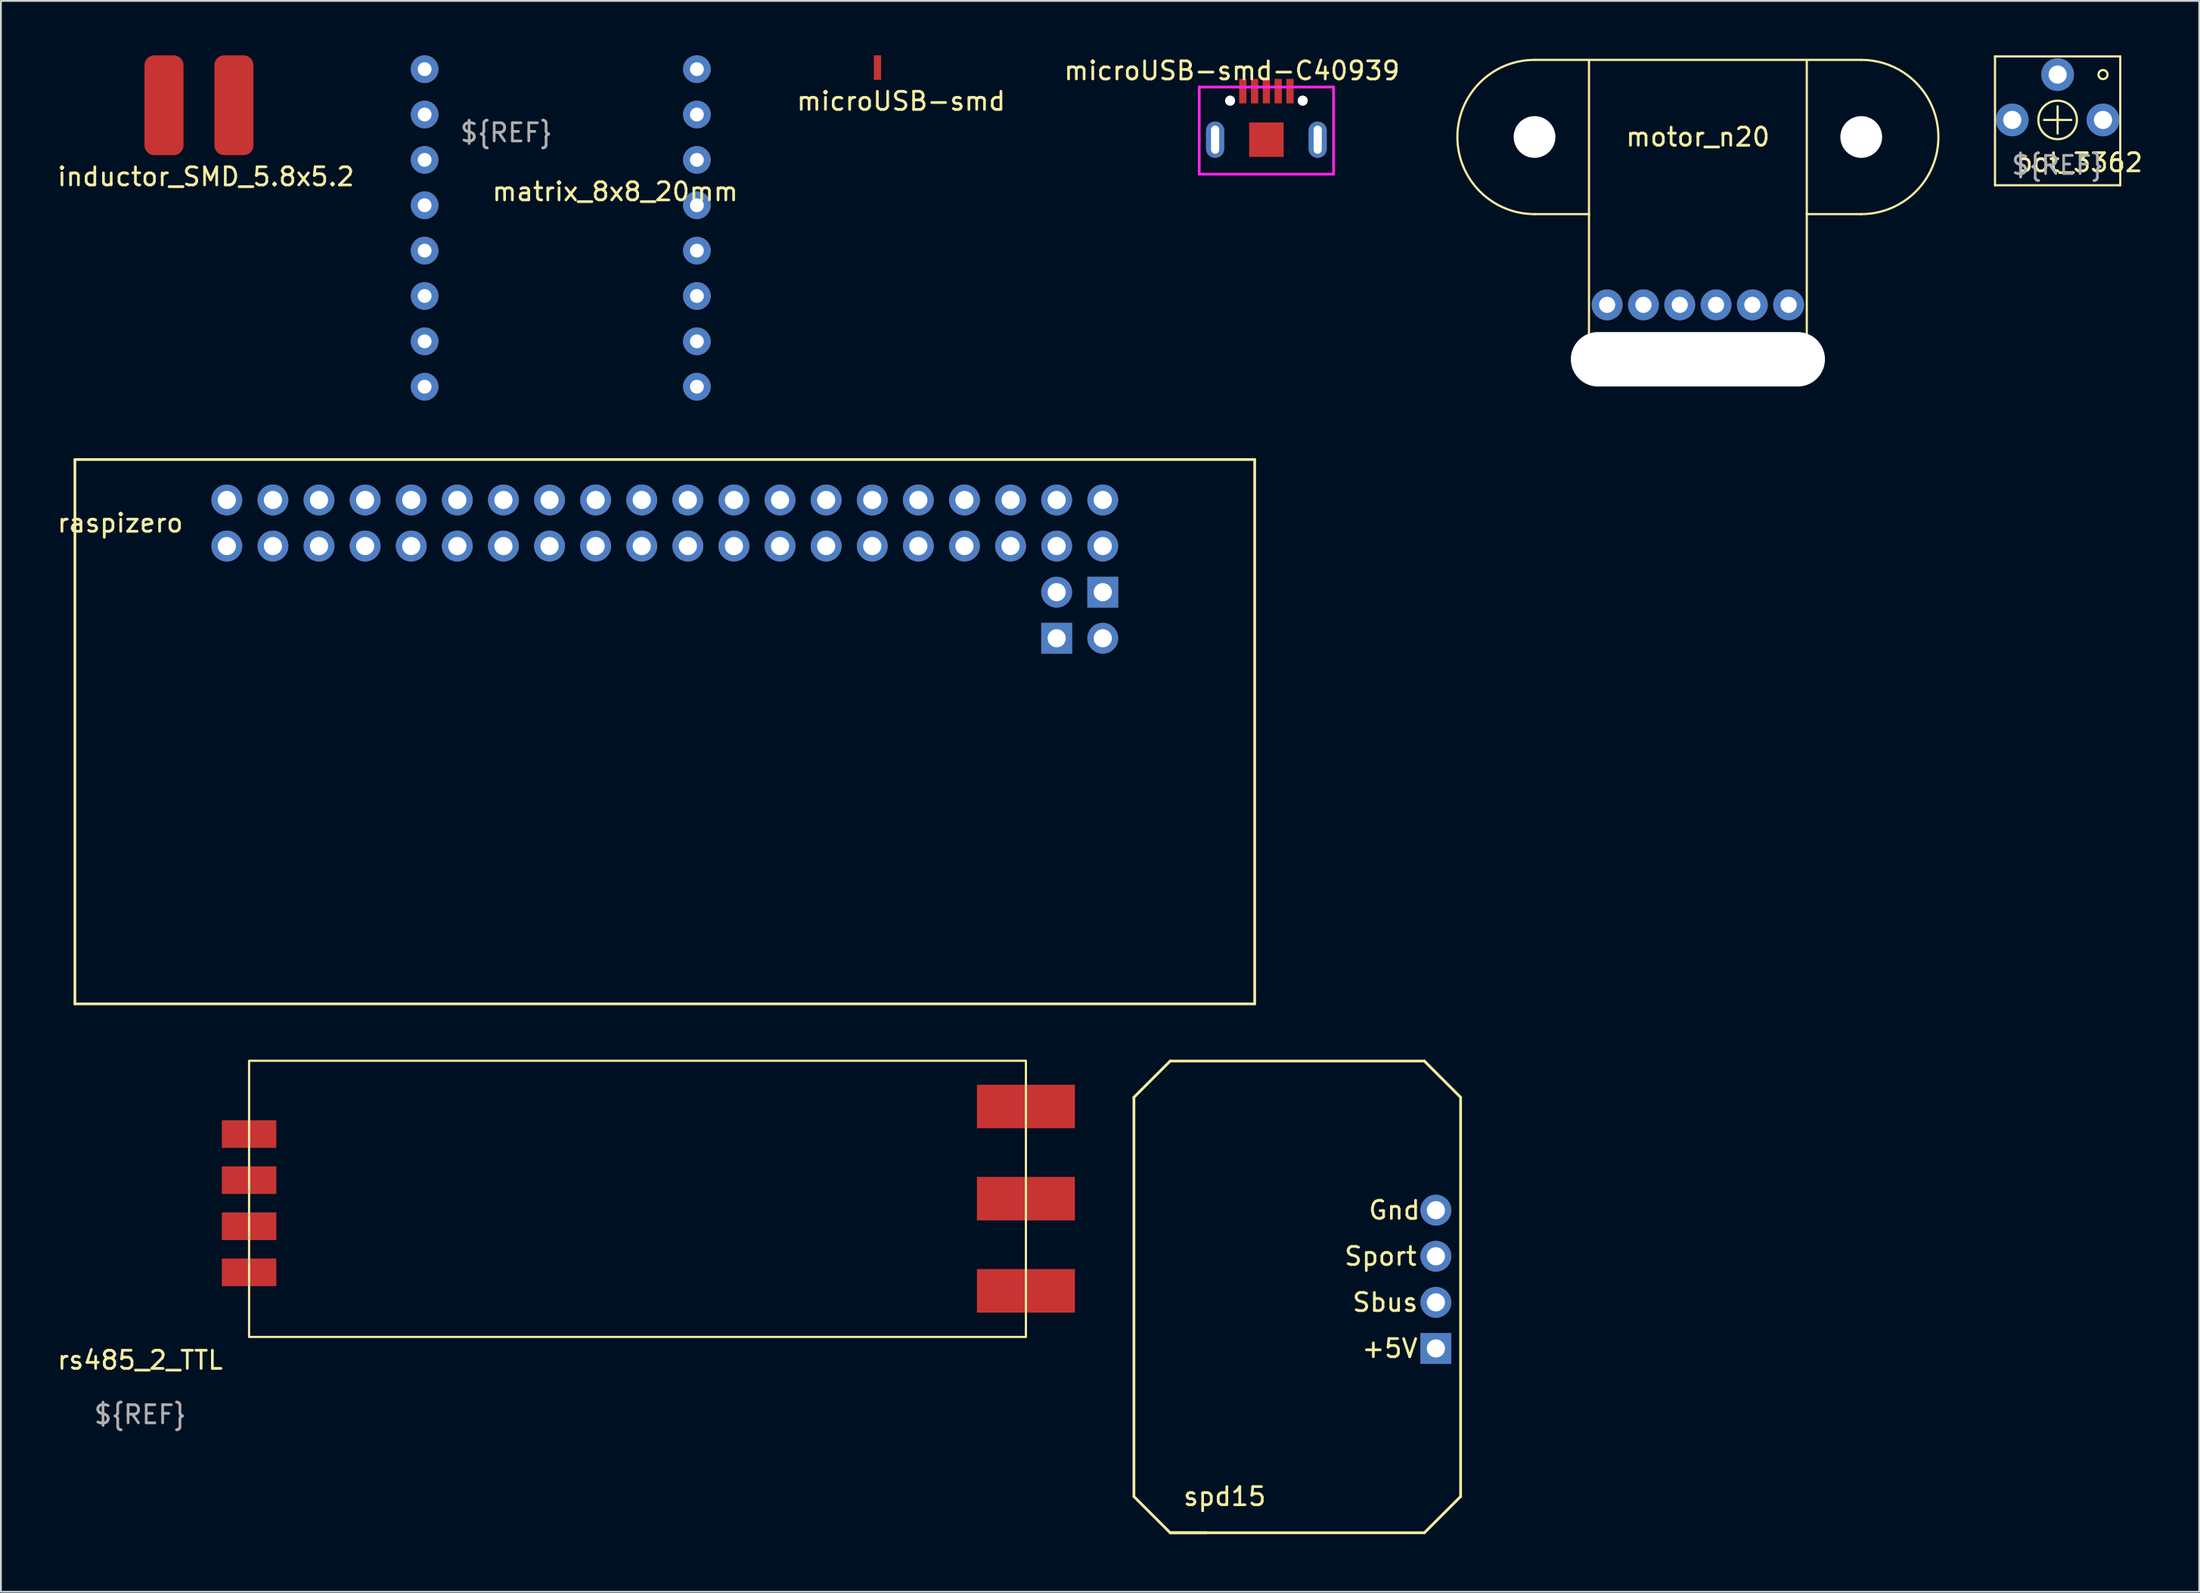
<source format=kicad_pcb>
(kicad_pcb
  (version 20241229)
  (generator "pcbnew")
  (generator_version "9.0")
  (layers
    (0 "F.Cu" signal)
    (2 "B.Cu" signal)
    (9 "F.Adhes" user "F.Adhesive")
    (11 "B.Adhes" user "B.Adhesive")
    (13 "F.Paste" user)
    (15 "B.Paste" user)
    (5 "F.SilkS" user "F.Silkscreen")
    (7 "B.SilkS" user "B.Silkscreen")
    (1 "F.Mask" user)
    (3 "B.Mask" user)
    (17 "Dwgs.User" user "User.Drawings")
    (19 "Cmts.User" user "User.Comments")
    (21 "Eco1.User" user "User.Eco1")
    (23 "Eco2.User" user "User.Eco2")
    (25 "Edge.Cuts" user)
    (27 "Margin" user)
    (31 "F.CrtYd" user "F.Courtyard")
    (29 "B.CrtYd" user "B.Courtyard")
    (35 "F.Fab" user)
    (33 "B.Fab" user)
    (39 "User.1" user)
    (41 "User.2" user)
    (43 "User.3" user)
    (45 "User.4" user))
  (footprint "motor_n20"
    (layer "F.Cu")
    (at 90.495 0.25)
    (property "Reference" "motor_n20" (at 0 4.25 0) (layer "F.SilkS") (effects (font (size 1 1) (thickness 0.15))))
    (attr through_hole)
    (fp_line (start -9 0) (end 9 0) (stroke (width 0.12) (type solid)) (layer "F.SilkS"))
    (fp_line (start -9 8.5) (end -6 8.5) (stroke (width 0.12) (type solid)) (layer "F.SilkS"))
    (fp_line (start -6 8.5) (end -6 0) (stroke (width 0.12) (type solid)) (layer "F.SilkS"))
    (fp_line (start -6 8.5) (end -6 17.75) (stroke (width 0.12) (type solid)) (layer "F.SilkS"))
    (fp_line (start 6 8.5) (end 6 0) (stroke (width 0.12) (type solid)) (layer "F.SilkS"))
    (fp_line (start 6 8.5) (end 6 17.75) (stroke (width 0.12) (type solid)) (layer "F.SilkS"))
    (fp_line (start 6 8.5) (end 9 8.5) (stroke (width 0.12) (type solid)) (layer "F.SilkS"))
    (fp_line (start 6 17.75) (end -6 17.75) (stroke (width 0.12) (type solid)) (layer "F.SilkS"))
    (fp_arc (start -9 8.5) (mid -13.25 4.25) (end -9 0) (stroke (width 0.12) (type solid)) (layer "F.SilkS"))
    (fp_arc (start 9 0) (mid 13.25 4.25) (end 9 8.5) (stroke (width 0.12) (type solid)) (layer "F.SilkS"))
    (pad "" np_thru_hole circle (at -9 4.25) (size 2.3 2.3) (drill 2.3) (layers "*.Cu" "*.Mask"))
    (pad "" np_thru_hole oval (at 0 16.5) (size 14 3) (drill oval 14 3) (layers "*.Cu" "*.Mask"))
    (pad "" np_thru_hole circle (at 9 4.25) (size 2.3 2.3) (drill 2.3) (layers "*.Cu" "*.Mask"))
    (pad "1" thru_hole circle (at -5 13.5) (size 1.7 1.7) (drill 0.89) (layers "*.Cu" "*.Mask"))
    (pad "2" thru_hole circle (at -3 13.5) (size 1.7 1.7) (drill 0.89) (layers "*.Cu" "*.Mask"))
    (pad "3" thru_hole circle (at -1 13.5) (size 1.7 1.7) (drill 0.89) (layers "*.Cu" "*.Mask"))
    (pad "4" thru_hole circle (at 1 13.5) (size 1.7 1.7) (drill 0.89) (layers "*.Cu" "*.Mask"))
    (pad "5" thru_hole circle (at 3 13.5) (size 1.7 1.7) (drill 0.89) (layers "*.Cu" "*.Mask"))
    (pad "6" thru_hole circle (at 5 13.5) (size 1.7 1.7) (drill 0.89) (layers "*.Cu" "*.Mask")))
  (footprint "microUSB-smd"
    (layer "F.Cu")
    (at 46.595 2.025)
    (property "Reference" "microUSB-smd" (at 0 0.5 0) (layer "F.SilkS") (effects (font (size 1 1) (thickness 0.15))))
    (attr through_hole)
    (pad "1" smd rect (at -1.3 -1.35) (size 0.4 1.35) (layers "F.Cu" "F.Mask" "F.Paste")))
  (footprint "spd15"
    (layer "F.Cu")
    (at 59.423 81.424)
    (property "Reference" "spd15" (at 5 -2 0) (layer "F.SilkS") (effects (font (size 1 1) (thickness 0.15))))
    (attr through_hole)
    (fp_line (start 0 -24) (end 0 -2) (stroke (width 0.15) (type solid)) (layer "F.SilkS"))
    (fp_line (start 0 -24) (end 2 -26) (stroke (width 0.15) (type solid)) (layer "F.SilkS"))
    (fp_line (start 2 0) (end 0 -2) (stroke (width 0.15) (type solid)) (layer "F.SilkS"))
    (fp_line (start 2 0) (end 16 0) (stroke (width 0.15) (type solid)) (layer "F.SilkS"))
    (fp_line (start 4 0) (end 2 0) (stroke (width 0.15) (type solid)) (layer "F.SilkS"))
    (fp_line (start 16 -26) (end 2 -26) (stroke (width 0.15) (type solid)) (layer "F.SilkS"))
    (fp_line (start 16 -26) (end 18 -24) (stroke (width 0.15) (type solid)) (layer "F.SilkS"))
    (fp_line (start 18 -2) (end 16 0) (stroke (width 0.15) (type solid)) (layer "F.SilkS"))
    (fp_line (start 18 -2) (end 18 -24) (stroke (width 0.15) (type solid)) (layer "F.SilkS"))
    (fp_text user "Sport" (at 13.589 -15.24 0) (layer "F.SilkS") (effects (font (size 1 1) (thickness 0.15))))
    (fp_text user "+5V" (at 14.097 -10.16 0) (layer "F.SilkS") (effects (font (size 1 1) (thickness 0.15))))
    (fp_text user "Sbus" (at 13.843 -12.7 0) (layer "F.SilkS") (effects (font (size 1 1) (thickness 0.15))))
    (fp_text user "Gnd" (at 14.351 -17.78 0) (layer "F.SilkS") (effects (font (size 1 1) (thickness 0.15))))
    (pad "1" thru_hole circle (at 16.637 -17.78) (size 1.7 1.7) (drill 1) (layers "*.Cu" "*.Mask"))
    (pad "2" thru_hole circle (at 16.637 -15.24) (size 1.7 1.7) (drill 1) (layers "*.Cu" "*.Mask"))
    (pad "3" thru_hole circle (at 16.637 -12.7) (size 1.7 1.7) (drill 1) (layers "*.Cu" "*.Mask"))
    (pad "4" thru_hole rect (at 16.637 -10.16) (size 1.7 1.7) (drill 1) (layers "*.Cu" "*.Mask")))
  (footprint "inductor_SMD_5.8x5.2"
    (layer "F.Cu")
    (at 7.911 2.75)
    (property "Reference" "inductor_SMD_5.8x5.2" (at 0.381 3.937 0) (layer "F.SilkS") (effects (font (size 1 1) (thickness 0.15))))
    (attr through_hole)
    (pad "1" smd roundrect (at -1.925 0) (size 2.15 5.5) (layers "F.Cu" "F.Mask" "F.Paste") (roundrect_rratio 0.25))
    (pad "2" smd roundrect (at 1.925 0) (size 2.15 5.5) (layers "F.Cu" "F.Mask" "F.Paste") (roundrect_rratio 0.25)))
  (footprint "raspizero"
    (layer "F.Cu")
    (at 1.077 22.274)
    (property "Reference" "raspizero" (at 2.5 3.5 0) (layer "F.SilkS") (effects (font (size 1 1) (thickness 0.15))))
    (attr through_hole)
    (fp_line (start 0 0) (end 65 0) (stroke (width 0.15) (type solid)) (layer "F.SilkS"))
    (fp_line (start 0 30) (end 0 0) (stroke (width 0.15) (type solid)) (layer "F.SilkS"))
    (fp_line (start 65 0) (end 65 30) (stroke (width 0.15) (type solid)) (layer "F.SilkS"))
    (fp_line (start 65 30) (end 0 30) (stroke (width 0.15) (type solid)) (layer "F.SilkS"))
    (pad "1" thru_hole circle (at 8.37 4.77) (size 1.7 1.7) (drill 1) (layers "*.Cu" "*.Mask"))
    (pad "2" thru_hole circle (at 8.37 2.23) (size 1.7 1.7) (drill 1) (layers "*.Cu" "*.Mask"))
    (pad "3" thru_hole circle (at 10.91 4.77) (size 1.7 1.7) (drill 1) (layers "*.Cu" "*.Mask"))
    (pad "4" thru_hole circle (at 10.91 2.23) (size 1.7 1.7) (drill 1) (layers "*.Cu" "*.Mask"))
    (pad "5" thru_hole circle (at 13.45 4.77) (size 1.7 1.7) (drill 1) (layers "*.Cu" "*.Mask"))
    (pad "6" thru_hole circle (at 13.45 2.23) (size 1.7 1.7) (drill 1) (layers "*.Cu" "*.Mask"))
    (pad "7" thru_hole circle (at 15.99 4.77) (size 1.7 1.7) (drill 1) (layers "*.Cu" "*.Mask"))
    (pad "8" thru_hole circle (at 15.99 2.23) (size 1.7 1.7) (drill 1) (layers "*.Cu" "*.Mask"))
    (pad "9" thru_hole circle (at 18.53 4.77) (size 1.7 1.7) (drill 1) (layers "*.Cu" "*.Mask"))
    (pad "10" thru_hole circle (at 18.53 2.23) (size 1.7 1.7) (drill 1) (layers "*.Cu" "*.Mask"))
    (pad "11" thru_hole circle (at 21.07 4.77) (size 1.7 1.7) (drill 1) (layers "*.Cu" "*.Mask"))
    (pad "12" thru_hole circle (at 21.07 2.23) (size 1.7 1.7) (drill 1) (layers "*.Cu" "*.Mask"))
    (pad "13" thru_hole circle (at 23.61 4.77) (size 1.7 1.7) (drill 1) (layers "*.Cu" "*.Mask"))
    (pad "14" thru_hole circle (at 23.61 2.23) (size 1.7 1.7) (drill 1) (layers "*.Cu" "*.Mask"))
    (pad "15" thru_hole circle (at 26.15 4.77) (size 1.7 1.7) (drill 1) (layers "*.Cu" "*.Mask"))
    (pad "16" thru_hole circle (at 26.15 2.23) (size 1.7 1.7) (drill 1) (layers "*.Cu" "*.Mask"))
    (pad "17" thru_hole circle (at 28.69 4.77) (size 1.7 1.7) (drill 1) (layers "*.Cu" "*.Mask"))
    (pad "18" thru_hole circle (at 28.69 2.23) (size 1.7 1.7) (drill 1) (layers "*.Cu" "*.Mask"))
    (pad "19" thru_hole circle (at 31.23 4.77) (size 1.7 1.7) (drill 1) (layers "*.Cu" "*.Mask"))
    (pad "20" thru_hole circle (at 31.23 2.23) (size 1.7 1.7) (drill 1) (layers "*.Cu" "*.Mask"))
    (pad "21" thru_hole circle (at 33.77 4.77) (size 1.7 1.7) (drill 1) (layers "*.Cu" "*.Mask"))
    (pad "22" thru_hole circle (at 33.77 2.23) (size 1.7 1.7) (drill 1) (layers "*.Cu" "*.Mask"))
    (pad "23" thru_hole circle (at 36.31 4.77) (size 1.7 1.7) (drill 1) (layers "*.Cu" "*.Mask"))
    (pad "24" thru_hole circle (at 36.31 2.23) (size 1.7 1.7) (drill 1) (layers "*.Cu" "*.Mask"))
    (pad "25" thru_hole circle (at 38.85 4.77) (size 1.7 1.7) (drill 1) (layers "*.Cu" "*.Mask"))
    (pad "26" thru_hole circle (at 38.85 2.23) (size 1.7 1.7) (drill 1) (layers "*.Cu" "*.Mask"))
    (pad "27" thru_hole circle (at 41.39 4.77) (size 1.7 1.7) (drill 1) (layers "*.Cu" "*.Mask"))
    (pad "28" thru_hole circle (at 41.39 2.23) (size 1.7 1.7) (drill 1) (layers "*.Cu" "*.Mask"))
    (pad "29" thru_hole circle (at 43.93 4.77) (size 1.7 1.7) (drill 1) (layers "*.Cu" "*.Mask"))
    (pad "30" thru_hole circle (at 43.93 2.23) (size 1.7 1.7) (drill 1) (layers "*.Cu" "*.Mask"))
    (pad "31" thru_hole circle (at 46.47 4.77) (size 1.7 1.7) (drill 1) (layers "*.Cu" "*.Mask"))
    (pad "32" thru_hole circle (at 46.47 2.23) (size 1.7 1.7) (drill 1) (layers "*.Cu" "*.Mask"))
    (pad "33" thru_hole circle (at 49.01 4.77) (size 1.7 1.7) (drill 1) (layers "*.Cu" "*.Mask"))
    (pad "34" thru_hole circle (at 49.01 2.23) (size 1.7 1.7) (drill 1) (layers "*.Cu" "*.Mask"))
    (pad "35" thru_hole circle (at 51.55 4.77) (size 1.7 1.7) (drill 1) (layers "*.Cu" "*.Mask"))
    (pad "36" thru_hole circle (at 51.55 2.23) (size 1.7 1.7) (drill 1) (layers "*.Cu" "*.Mask"))
    (pad "37" thru_hole circle (at 54.09 4.77) (size 1.7 1.7) (drill 1) (layers "*.Cu" "*.Mask"))
    (pad "38" thru_hole circle (at 54.09 2.23) (size 1.7 1.7) (drill 1) (layers "*.Cu" "*.Mask"))
    (pad "39" thru_hole circle (at 56.63 4.77) (size 1.7 1.7) (drill 1) (layers "*.Cu" "*.Mask"))
    (pad "40" thru_hole circle (at 56.63 2.23) (size 1.7 1.7) (drill 1) (layers "*.Cu" "*.Mask"))
    (pad "41" thru_hole circle (at 54.09 7.31) (size 1.7 1.7) (drill 1) (layers "*.Cu" "*.Mask"))
    (pad "42" thru_hole rect (at 56.63 7.31) (size 1.7 1.7) (drill 1) (layers "*.Cu" "*.Mask"))
    (pad "43" thru_hole rect (at 54.09 9.85) (size 1.7 1.7) (drill 1) (layers "*.Cu" "*.Mask"))
    (pad "44" thru_hole circle (at 56.63 9.85) (size 1.7 1.7) (drill 1) (layers "*.Cu" "*.Mask")))
  (footprint "microUSB-smd-C40939"
    (layer "F.Cu")
    (at 66.722 4.648)
    (property "Reference" "microUSB-smd-C40939" (at -1.9 -3.8 0) (layer "F.SilkS") (effects (font (size 1 1) (thickness 0.15))))
    (attr through_hole)
    (fp_line (start -3.7 -2.9) (end 3.7 -2.9) (stroke (width 0.15) (type solid)) (layer "F.CrtYd"))
    (fp_line (start -3.7 0) (end -3.7 -2.9) (stroke (width 0.15) (type solid)) (layer "F.CrtYd"))
    (fp_line (start -3.7 1.9) (end -3.7 0) (stroke (width 0.15) (type solid)) (layer "F.CrtYd"))
    (fp_line (start 3.7 -2.9) (end 3.7 1.9) (stroke (width 0.15) (type solid)) (layer "F.CrtYd"))
    (fp_line (start 3.7 1.9) (end -3.7 1.9) (stroke (width 0.15) (type solid)) (layer "F.CrtYd"))
    (pad "" thru_hole circle (at -2 -2.15) (size 0.55 0.55) (drill 0.55) (layers "*.Cu" "*.Mask"))
    (pad "" thru_hole circle (at 2 -2.15) (size 0.55 0.55) (drill 0.55) (layers "*.Cu" "*.Mask"))
    (pad "1" smd rect (at -1.3 -2.675) (size 0.4 1.35) (layers "F.Cu" "F.Mask" "F.Paste"))
    (pad "2" smd rect (at -0.65 -2.675) (size 0.4 1.35) (layers "F.Cu" "F.Mask" "F.Paste"))
    (pad "3" smd rect (at 0 -2.675) (size 0.4 1.35) (layers "F.Cu" "F.Mask" "F.Paste"))
    (pad "4" smd rect (at 0.65 -2.675) (size 0.4 1.35) (layers "F.Cu" "F.Mask" "F.Paste"))
    (pad "5" smd rect (at 1.3 -2.675) (size 0.4 1.35) (layers "F.Cu" "F.Mask" "F.Paste"))
    (pad "6" thru_hole oval (at -2.825 0) (size 1 2) (drill oval 0.45 1.55) (layers "*.Cu" "*.Mask"))
    (pad "6" smd rect (at 0 0) (size 1.9 1.9) (layers "F.Cu" "F.Mask" "F.Paste"))
    (pad "6" thru_hole oval (at 2.825 0) (size 1 2) (drill oval 0.45 1.55) (layers "*.Cu" "*.Mask")))
  (footprint "matrix_8x8_20mm"
    (layer "F.Cu")
    (at 27.845 9.512)
    (property "Reference" "matrix_8x8_20mm" (at 3 -2 0) (unlocked yes) (layer "F.SilkS") (effects (font (size 1 1) (thickness 0.15))))
    (attr through_hole)
    (fp_text user "${REF}" (at -3 -5.25 0) (unlocked yes) (layer "F.Fab") (effects (font (size 1 1) (thickness 0.15))))
    (pad "1" thru_hole circle (at -7.5 -8.75) (size 1.524 1.524) (drill 0.762) (layers "*.Cu" "*.Mask"))
    (pad "2" thru_hole circle (at 7.5 -8.75) (size 1.524 1.524) (drill 0.762) (layers "*.Cu" "*.Mask"))
    (pad "3" thru_hole circle (at -7.5 -6.25) (size 1.524 1.524) (drill 0.762) (layers "*.Cu" "*.Mask"))
    (pad "4" thru_hole circle (at 7.5 -6.25) (size 1.524 1.524) (drill 0.762) (layers "*.Cu" "*.Mask"))
    (pad "5" thru_hole circle (at -7.5 -3.75) (size 1.524 1.524) (drill 0.762) (layers "*.Cu" "*.Mask"))
    (pad "6" thru_hole circle (at 7.5 -3.75) (size 1.524 1.524) (drill 0.762) (layers "*.Cu" "*.Mask"))
    (pad "7" thru_hole circle (at -7.5 -1.25) (size 1.524 1.524) (drill 0.762) (layers "*.Cu" "*.Mask"))
    (pad "8" thru_hole circle (at 7.5 -1.25) (size 1.524 1.524) (drill 0.762) (layers "*.Cu" "*.Mask"))
    (pad "9" thru_hole circle (at -7.5 1.25) (size 1.524 1.524) (drill 0.762) (layers "*.Cu" "*.Mask"))
    (pad "10" thru_hole circle (at 7.5 1.25) (size 1.524 1.524) (drill 0.762) (layers "*.Cu" "*.Mask"))
    (pad "11" thru_hole circle (at -7.5 3.75) (size 1.524 1.524) (drill 0.762) (layers "*.Cu" "*.Mask"))
    (pad "12" thru_hole circle (at 7.5 3.75) (size 1.524 1.524) (drill 0.762) (layers "*.Cu" "*.Mask"))
    (pad "13" thru_hole circle (at -7.5 6.25) (size 1.524 1.524) (drill 0.762) (layers "*.Cu" "*.Mask"))
    (pad "14" thru_hole circle (at 7.5 6.25) (size 1.524 1.524) (drill 0.762) (layers "*.Cu" "*.Mask"))
    (pad "15" thru_hole circle (at -7.5 8.75) (size 1.524 1.524) (drill 0.762) (layers "*.Cu" "*.Mask"))
    (pad "16" thru_hole circle (at 7.5 8.75) (size 1.524 1.524) (drill 0.762) (layers "*.Cu" "*.Mask")))
  (footprint "pot_3362"
    (layer "F.Cu")
    (at 110.315 3.56)
    (property "Reference" "pot_3362" (at 1.2 2.35 0) (unlocked yes) (layer "F.SilkS") (effects (font (size 1 1) (thickness 0.15))))
    (attr through_hole)
    (fp_line (start -3.45 -3.5) (end 3.45 -3.5) (stroke (width 0.12) (type solid)) (layer "F.SilkS"))
    (fp_line (start -3.45 3.6) (end -3.45 -3.5) (stroke (width 0.12) (type solid)) (layer "F.SilkS"))
    (fp_line (start -0.75 0) (end 0.75 0) (stroke (width 0.12) (type solid)) (layer "F.SilkS"))
    (fp_line (start 0 0.75) (end 0 -0.75) (stroke (width 0.12) (type solid)) (layer "F.SilkS"))
    (fp_line (start 3.45 3.6) (end -3.45 3.6) (stroke (width 0.12) (type solid)) (layer "F.SilkS"))
    (fp_line (start 3.45 3.6) (end 3.45 -3.5) (stroke (width 0.12) (type solid)) (layer "F.SilkS"))
    (fp_circle (center 0 0) (end -0.75 -0.75) (stroke (width 0.12) (type solid)) (fill no) (layer "F.SilkS"))
    (fp_circle (center 2.5 -2.5) (end 2.5 -2.75) (stroke (width 0.12) (type solid)) (fill no) (layer "F.SilkS"))
    (fp_text user "${REF}" (at 0 2.5 0) (unlocked yes) (layer "F.Fab") (effects (font (size 1 1) (thickness 0.15))))
    (pad "1" thru_hole circle (at 2.5 0) (size 1.8 1.8) (drill 1) (layers "*.Cu" "*.Mask"))
    (pad "2" thru_hole circle (at 0 -2.5) (size 1.8 1.8) (drill 1) (layers "*.Cu" "*.Mask"))
    (pad "3" thru_hole circle (at -2.5 0) (size 1.8 1.8) (drill 1) (layers "*.Cu" "*.Mask")))
  (footprint "rs485_2_TTL"
    (layer "F.Cu")
    (at 10.673 70.629)
    (property "Reference" "rs485_2_TTL" (at -6 1.28 0) (unlocked yes) (layer "F.SilkS") (effects (font (size 1 1) (thickness 0.15))))
    (attr through_hole)
    (fp_rect (start 0 -15.22) (end 42.8 0) (stroke (width 0.12) (type solid)) (fill no) (layer "F.SilkS"))
    (fp_text user "${REF}" (at -6 4.28 0) (unlocked yes) (layer "F.Fab") (effects (font (size 1 1) (thickness 0.15))))
    (pad "1" smd rect (at 0 -11.18) (size 3 1.524) (layers "F.Cu" "F.Mask" "F.Paste"))
    (pad "2" smd rect (at 0 -8.64) (size 3 1.524) (layers "F.Cu" "F.Mask" "F.Paste"))
    (pad "3" smd rect (at 0 -6.1) (size 3 1.524) (layers "F.Cu" "F.Mask" "F.Paste"))
    (pad "4" smd rect (at 0 -3.56) (size 3 1.524) (layers "F.Cu" "F.Mask" "F.Paste"))
    (pad "5" smd rect (at 42.8 -12.7) (size 5.4 2.4) (layers "F.Cu" "F.Mask" "F.Paste"))
    (pad "6" smd rect (at 42.8 -7.62) (size 5.4 2.4) (layers "F.Cu" "F.Mask" "F.Paste"))
    (pad "7" smd rect (at 42.8 -2.54) (size 5.4 2.4) (layers "F.Cu" "F.Mask" "F.Paste")))
  (gr_rect
    (start -3 -3)
    (end 118.116 84.674)
    (stroke (width 0.1) (type default))
    (fill no)
    (layer "Edge.Cuts")))
</source>
